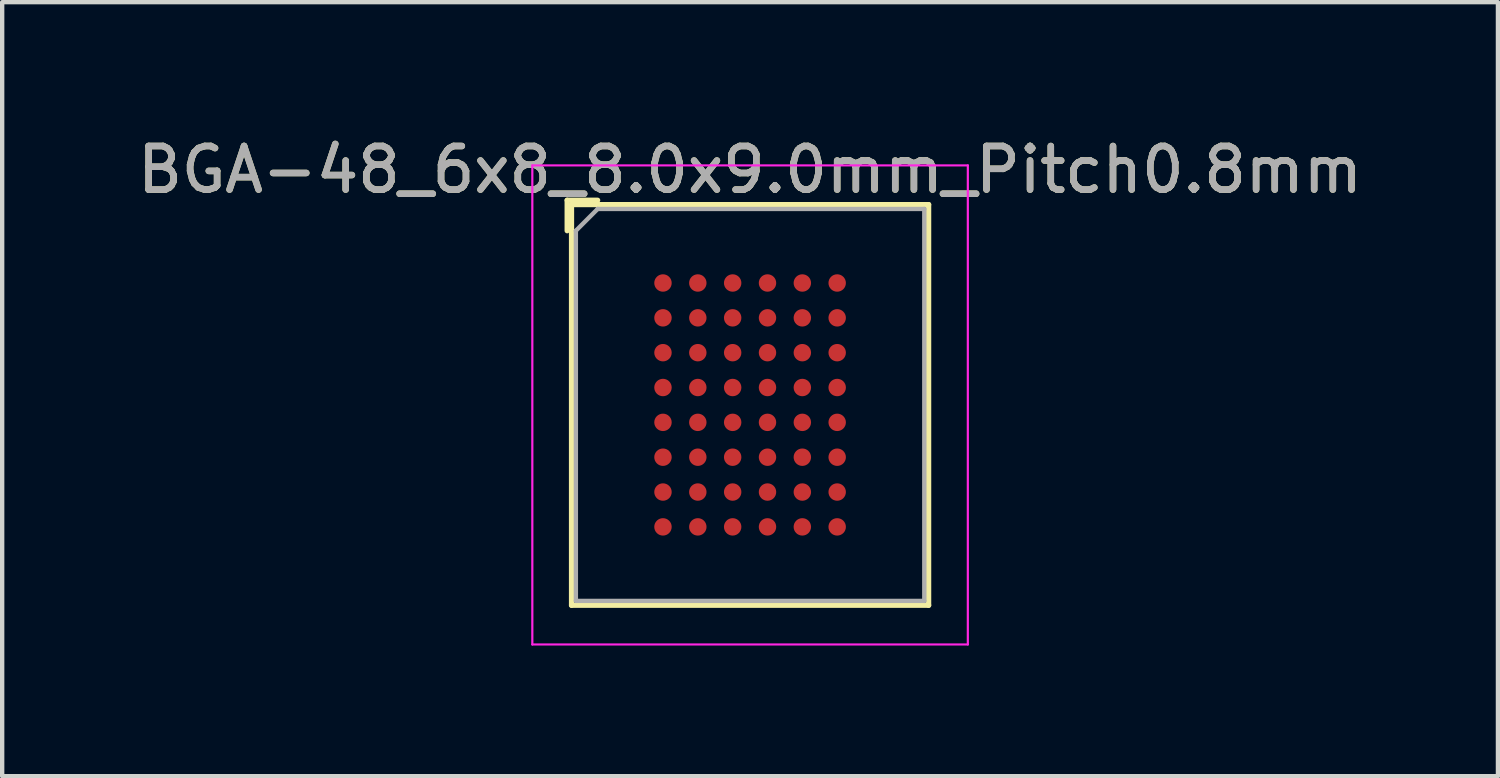
<source format=kicad_pcb>
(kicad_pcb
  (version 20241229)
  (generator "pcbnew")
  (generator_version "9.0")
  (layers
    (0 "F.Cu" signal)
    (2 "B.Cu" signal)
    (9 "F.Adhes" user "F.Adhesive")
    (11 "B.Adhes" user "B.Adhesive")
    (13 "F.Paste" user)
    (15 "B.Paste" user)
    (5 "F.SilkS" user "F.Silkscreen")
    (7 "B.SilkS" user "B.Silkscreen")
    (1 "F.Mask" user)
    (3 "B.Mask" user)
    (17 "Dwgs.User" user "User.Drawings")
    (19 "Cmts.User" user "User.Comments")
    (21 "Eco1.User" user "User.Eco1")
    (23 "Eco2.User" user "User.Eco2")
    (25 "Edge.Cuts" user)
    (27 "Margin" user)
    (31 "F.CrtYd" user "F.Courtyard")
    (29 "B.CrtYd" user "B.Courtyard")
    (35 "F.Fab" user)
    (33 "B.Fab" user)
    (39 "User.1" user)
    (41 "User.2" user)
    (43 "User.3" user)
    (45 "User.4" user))
  (footprint "BGA-48_6x8_8.0x9.0mm_Pitch0.8mm"
    (layer "F.Cu")
    (at 14.173 6.248)
    (property "Reference" "BGA-48_6x8_8.0x9.0mm_Pitch0.8mm" (at 0 -5.4 0) (layer "F.SilkS") (effects (font (size 1 1) (thickness 0.15))))
    (attr smd)
    (fp_line (start -4.2 -4.7) (end -3.5 -4.7) (stroke (width 0.12) (type solid)) (layer "F.SilkS"))
    (fp_line (start -4.2 -4) (end -4.2 -4.7) (stroke (width 0.12) (type solid)) (layer "F.SilkS"))
    (fp_line (start -4.1 -4.6) (end 4.1 -4.6) (stroke (width 0.12) (type solid)) (layer "F.SilkS"))
    (fp_line (start -4.1 4.6) (end -4.1 -4.6) (stroke (width 0.12) (type solid)) (layer "F.SilkS"))
    (fp_line (start 4.1 -4.6) (end 4.1 4.6) (stroke (width 0.12) (type solid)) (layer "F.SilkS"))
    (fp_line (start 4.1 4.6) (end -4.1 4.6) (stroke (width 0.12) (type solid)) (layer "F.SilkS"))
    (fp_line (start -5 -5.5) (end -5 5.5) (stroke (width 0.05) (type solid)) (layer "F.CrtYd"))
    (fp_line (start -5 -5.5) (end 5 -5.5) (stroke (width 0.05) (type solid)) (layer "F.CrtYd"))
    (fp_line (start 5 5.5) (end -5 5.5) (stroke (width 0.05) (type solid)) (layer "F.CrtYd"))
    (fp_line (start 5 5.5) (end 5 -5.5) (stroke (width 0.05) (type solid)) (layer "F.CrtYd"))
    (fp_line (start -4 -4) (end -3.5 -4.5) (stroke (width 0.1) (type solid)) (layer "F.Fab"))
    (fp_line (start -4 4.5) (end -4 -4) (stroke (width 0.1) (type solid)) (layer "F.Fab"))
    (fp_line (start -3.5 -4.5) (end 4 -4.5) (stroke (width 0.1) (type solid)) (layer "F.Fab"))
    (fp_line (start 4 -4.5) (end 4 4.5) (stroke (width 0.1) (type solid)) (layer "F.Fab"))
    (fp_line (start 4 4.5) (end -4 4.5) (stroke (width 0.1) (type solid)) (layer "F.Fab"))
    (fp_text user "${REFERENCE}" (at 0 -5.4 0) (layer "F.Fab") (effects (font (size 1 1) (thickness 0.15))))
    (pad "A1" smd circle (at -2 -2.8) (size 0.4 0.4) (layers "F.Cu" "F.Mask" "F.Paste"))
    (pad "A2" smd circle (at -1.2 -2.8) (size 0.4 0.4) (layers "F.Cu" "F.Mask" "F.Paste"))
    (pad "A3" smd circle (at -0.4 -2.8) (size 0.4 0.4) (layers "F.Cu" "F.Mask" "F.Paste"))
    (pad "A4" smd circle (at 0.4 -2.8) (size 0.4 0.4) (layers "F.Cu" "F.Mask" "F.Paste"))
    (pad "A5" smd circle (at 1.2 -2.8) (size 0.4 0.4) (layers "F.Cu" "F.Mask" "F.Paste"))
    (pad "A6" smd circle (at 2 -2.8) (size 0.4 0.4) (layers "F.Cu" "F.Mask" "F.Paste"))
    (pad "B1" smd circle (at -2 -2) (size 0.4 0.4) (layers "F.Cu" "F.Mask" "F.Paste"))
    (pad "B2" smd circle (at -1.2 -2) (size 0.4 0.4) (layers "F.Cu" "F.Mask" "F.Paste"))
    (pad "B3" smd circle (at -0.4 -2) (size 0.4 0.4) (layers "F.Cu" "F.Mask" "F.Paste"))
    (pad "B4" smd circle (at 0.4 -2) (size 0.4 0.4) (layers "F.Cu" "F.Mask" "F.Paste"))
    (pad "B5" smd circle (at 1.2 -2) (size 0.4 0.4) (layers "F.Cu" "F.Mask" "F.Paste"))
    (pad "B6" smd circle (at 2 -2) (size 0.4 0.4) (layers "F.Cu" "F.Mask" "F.Paste"))
    (pad "C1" smd circle (at -2 -1.2) (size 0.4 0.4) (layers "F.Cu" "F.Mask" "F.Paste"))
    (pad "C2" smd circle (at -1.2 -1.2) (size 0.4 0.4) (layers "F.Cu" "F.Mask" "F.Paste"))
    (pad "C3" smd circle (at -0.4 -1.2) (size 0.4 0.4) (layers "F.Cu" "F.Mask" "F.Paste"))
    (pad "C4" smd circle (at 0.4 -1.2) (size 0.4 0.4) (layers "F.Cu" "F.Mask" "F.Paste"))
    (pad "C5" smd circle (at 1.2 -1.2) (size 0.4 0.4) (layers "F.Cu" "F.Mask" "F.Paste"))
    (pad "C6" smd circle (at 2 -1.2) (size 0.4 0.4) (layers "F.Cu" "F.Mask" "F.Paste"))
    (pad "D1" smd circle (at -2 -0.4) (size 0.4 0.4) (layers "F.Cu" "F.Mask" "F.Paste"))
    (pad "D2" smd circle (at -1.2 -0.4) (size 0.4 0.4) (layers "F.Cu" "F.Mask" "F.Paste"))
    (pad "D3" smd circle (at -0.4 -0.4) (size 0.4 0.4) (layers "F.Cu" "F.Mask" "F.Paste"))
    (pad "D4" smd circle (at 0.4 -0.4) (size 0.4 0.4) (layers "F.Cu" "F.Mask" "F.Paste"))
    (pad "D5" smd circle (at 1.2 -0.4) (size 0.4 0.4) (layers "F.Cu" "F.Mask" "F.Paste"))
    (pad "D6" smd circle (at 2 -0.4) (size 0.4 0.4) (layers "F.Cu" "F.Mask" "F.Paste"))
    (pad "E1" smd circle (at -2 0.4) (size 0.4 0.4) (layers "F.Cu" "F.Mask" "F.Paste"))
    (pad "E2" smd circle (at -1.2 0.4) (size 0.4 0.4) (layers "F.Cu" "F.Mask" "F.Paste"))
    (pad "E3" smd circle (at -0.4 0.4) (size 0.4 0.4) (layers "F.Cu" "F.Mask" "F.Paste"))
    (pad "E4" smd circle (at 0.4 0.4) (size 0.4 0.4) (layers "F.Cu" "F.Mask" "F.Paste"))
    (pad "E5" smd circle (at 1.2 0.4) (size 0.4 0.4) (layers "F.Cu" "F.Mask" "F.Paste"))
    (pad "E6" smd circle (at 2 0.4) (size 0.4 0.4) (layers "F.Cu" "F.Mask" "F.Paste"))
    (pad "F1" smd circle (at -2 1.2) (size 0.4 0.4) (layers "F.Cu" "F.Mask" "F.Paste"))
    (pad "F2" smd circle (at -1.2 1.2) (size 0.4 0.4) (layers "F.Cu" "F.Mask" "F.Paste"))
    (pad "F3" smd circle (at -0.4 1.2) (size 0.4 0.4) (layers "F.Cu" "F.Mask" "F.Paste"))
    (pad "F4" smd circle (at 0.4 1.2) (size 0.4 0.4) (layers "F.Cu" "F.Mask" "F.Paste"))
    (pad "F5" smd circle (at 1.2 1.2) (size 0.4 0.4) (layers "F.Cu" "F.Mask" "F.Paste"))
    (pad "F6" smd circle (at 2 1.2) (size 0.4 0.4) (layers "F.Cu" "F.Mask" "F.Paste"))
    (pad "G1" smd circle (at -2 2) (size 0.4 0.4) (layers "F.Cu" "F.Mask" "F.Paste"))
    (pad "G2" smd circle (at -1.2 2) (size 0.4 0.4) (layers "F.Cu" "F.Mask" "F.Paste"))
    (pad "G3" smd circle (at -0.4 2) (size 0.4 0.4) (layers "F.Cu" "F.Mask" "F.Paste"))
    (pad "G4" smd circle (at 0.4 2) (size 0.4 0.4) (layers "F.Cu" "F.Mask" "F.Paste"))
    (pad "G5" smd circle (at 1.2 2) (size 0.4 0.4) (layers "F.Cu" "F.Mask" "F.Paste"))
    (pad "G6" smd circle (at 2 2) (size 0.4 0.4) (layers "F.Cu" "F.Mask" "F.Paste"))
    (pad "H1" smd circle (at -2 2.8) (size 0.4 0.4) (layers "F.Cu" "F.Mask" "F.Paste"))
    (pad "H2" smd circle (at -1.2 2.8) (size 0.4 0.4) (layers "F.Cu" "F.Mask" "F.Paste"))
    (pad "H3" smd circle (at -0.4 2.8) (size 0.4 0.4) (layers "F.Cu" "F.Mask" "F.Paste"))
    (pad "H4" smd circle (at 0.4 2.8) (size 0.4 0.4) (layers "F.Cu" "F.Mask" "F.Paste"))
    (pad "H5" smd circle (at 1.2 2.8) (size 0.4 0.4) (layers "F.Cu" "F.Mask" "F.Paste"))
    (pad "H6" smd circle (at 2 2.8) (size 0.4 0.4) (layers "F.Cu" "F.Mask" "F.Paste")))
  (gr_rect
    (start -3 -3)
    (end 31.345 14.773)
    (stroke (width 0.1) (type default))
    (fill no)
    (layer "Edge.Cuts")))
</source>
